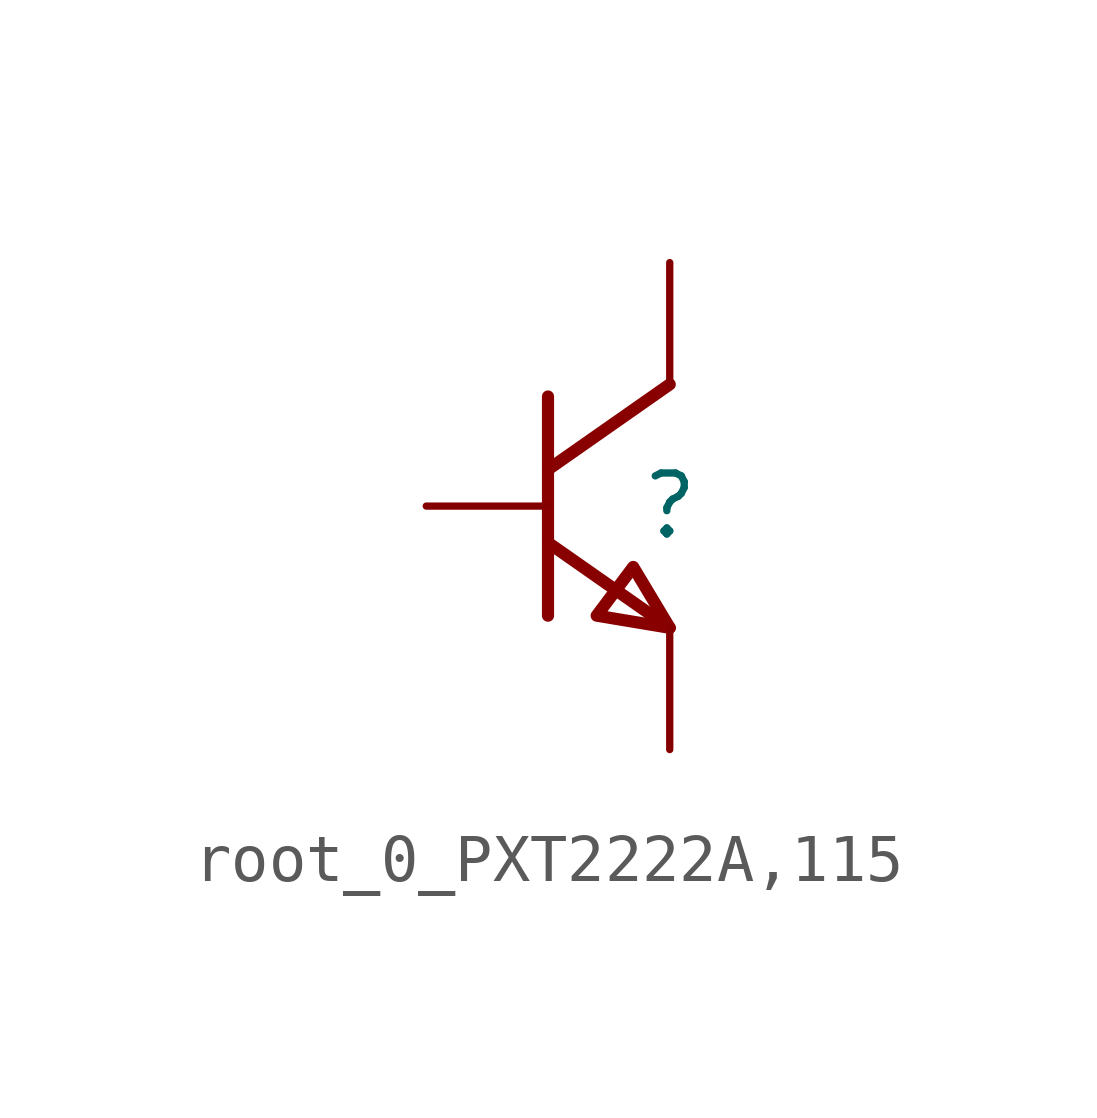
<source format=kicad_sym>
(kicad_symbol_lib
  (version 20231120)
  (generator "kicad_symbol_editor")
  (generator_version "8.0")
  (symbol "root_0_PXT2222A,115"
    (property "Reference" ""
      (at 0 0 0)
      (effects (font (size 1.27 1.27))))
    (property "Value" ""
      (at 0 0 0)
      (effects (font (size 1.27 1.27))))
    (symbol "root_0_PXT2222A,115_1_0"
      (polyline (pts (xy -2.54 -0.762) (xy 0 -2.54)) (stroke (width 0.254) (type solid) (color 136 0 0 1)) (fill (type none)))
      (polyline (pts (xy -2.54 2.286) (xy -2.54 -2.286)) (stroke (width 0.254) (type solid) (color 136 0 0 1)) (fill (type none)))
      (polyline (pts (xy 0 2.54) (xy -2.54 0.762)) (stroke (width 0.254) (type solid) (color 136 0 0 1)) (fill (type none)))
      (polyline (pts (xy 0 -2.54) (xy -1.524 -2.286) (xy -1.524 -2.286) (xy -0.762 -1.27) (xy -0.762 -1.27) (xy 0 -2.54)) (stroke (width 0.254) (type solid) (color 136 0 0 1)) (fill (type none)))
      (pin passive line (at 0 -5.08 90) (length 2.54) (name "E" (effects (font (size 0 0)))) (number "1" (effects (font (size 0 0)))))
      (pin passive line (at 0 5.08 270) (length 2.54) (name "C" (effects (font (size 0 0)))) (number "2" (effects (font (size 0 0)))))
      (pin passive line (at -5.08 0 0) (length 2.54) (name "B" (effects (font (size 0 0)))) (number "3" (effects (font (size 0 0))))))))
</source>
